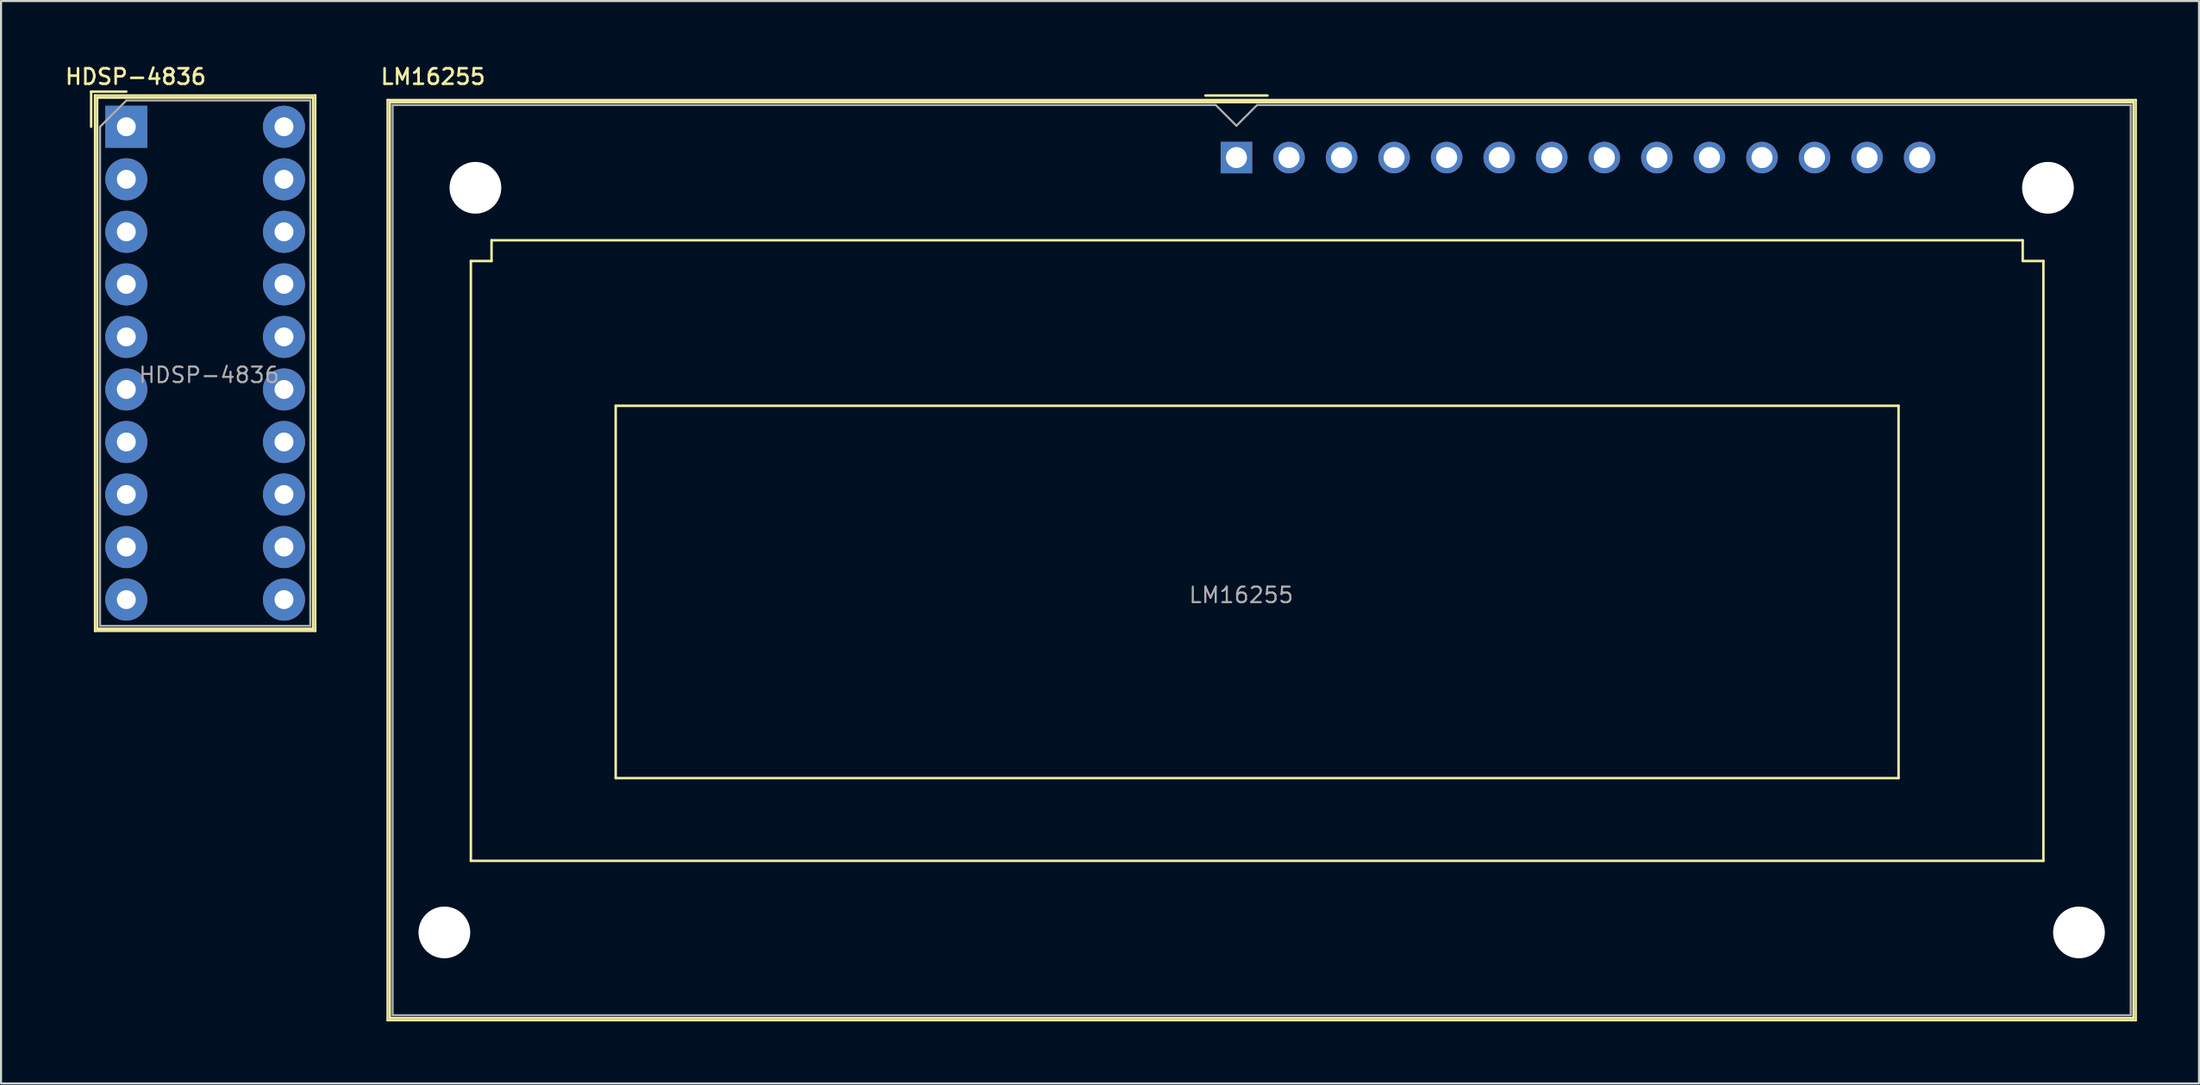
<source format=kicad_pcb>
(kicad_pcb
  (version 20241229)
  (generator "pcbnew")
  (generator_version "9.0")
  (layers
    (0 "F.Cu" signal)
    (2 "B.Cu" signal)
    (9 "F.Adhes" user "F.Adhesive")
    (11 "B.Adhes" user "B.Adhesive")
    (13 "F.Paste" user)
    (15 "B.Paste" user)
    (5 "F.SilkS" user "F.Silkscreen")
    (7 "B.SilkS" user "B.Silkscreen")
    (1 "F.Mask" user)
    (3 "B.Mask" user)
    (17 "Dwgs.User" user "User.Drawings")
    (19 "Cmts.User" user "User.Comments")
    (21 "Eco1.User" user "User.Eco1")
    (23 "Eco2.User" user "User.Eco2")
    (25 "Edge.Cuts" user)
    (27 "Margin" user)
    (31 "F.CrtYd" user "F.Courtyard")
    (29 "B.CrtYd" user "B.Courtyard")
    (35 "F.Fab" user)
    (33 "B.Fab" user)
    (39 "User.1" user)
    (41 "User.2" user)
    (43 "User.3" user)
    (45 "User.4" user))
  (footprint "HDSP-4836"
    (layer "F.Cu")
    (at 3.055 3.078)
    (property "Reference" "HDSP-4836" (at 0.45 -2.42 0) (layer "F.SilkS") (effects (font (size 0.75 0.75) (thickness 0.125))))
    (attr through_hole)
    (fp_line (start -1.7 -1.7) (end -1.7 0) (stroke (width 0.12) (type solid)) (layer "F.SilkS"))
    (fp_line (start -1.52 -1.52) (end -1.52 24.38) (stroke (width 0.1) (type solid)) (layer "F.SilkS"))
    (fp_line (start -1.52 -1.52) (end 9.14 -1.52) (stroke (width 0.1) (type solid)) (layer "F.SilkS"))
    (fp_line (start -1.52 24.38) (end 9.14 24.38) (stroke (width 0.1) (type solid)) (layer "F.SilkS"))
    (fp_line (start -1.41 -1.41) (end 9.03 -1.41) (stroke (width 0.12) (type solid)) (layer "F.SilkS"))
    (fp_line (start -1.41 24.27) (end -1.41 -1.41) (stroke (width 0.12) (type solid)) (layer "F.SilkS"))
    (fp_line (start 0 -1.7) (end -1.7 -1.7) (stroke (width 0.12) (type solid)) (layer "F.SilkS"))
    (fp_line (start 9.03 -1.41) (end 9.03 24.27) (stroke (width 0.12) (type solid)) (layer "F.SilkS"))
    (fp_line (start 9.03 24.27) (end -1.41 24.27) (stroke (width 0.12) (type solid)) (layer "F.SilkS"))
    (fp_line (start 9.14 24.38) (end 9.14 -1.52) (stroke (width 0.1) (type solid)) (layer "F.SilkS"))
    (fp_line (start -1.27 0) (end -1.27 24.13) (stroke (width 0.1) (type solid)) (layer "F.Fab"))
    (fp_line (start -1.27 24.13) (end 8.89 24.13) (stroke (width 0.1) (type solid)) (layer "F.Fab"))
    (fp_line (start 0 -1.27) (end -1.27 0) (stroke (width 0.1) (type solid)) (layer "F.Fab"))
    (fp_line (start 0 -1.27) (end 8.89 -1.27) (stroke (width 0.1) (type solid)) (layer "F.Fab"))
    (fp_line (start 8.89 -1.27) (end 8.89 24.13) (stroke (width 0.1) (type solid)) (layer "F.Fab"))
    (fp_text user "${REFERENCE}" (at 4 12 0) (layer "F.Fab") (effects (font (size 0.75 0.75) (thickness 0.1))))
    (pad "1" thru_hole rect (at 0 0 270) (size 2.032 2.032) (drill 0.914) (layers "*.Cu" "*.Mask"))
    (pad "2" thru_hole circle (at 0 2.54 270) (size 2.032 2.032) (drill 0.914) (layers "*.Cu" "*.Mask"))
    (pad "3" thru_hole circle (at 0 5.08 270) (size 2.032 2.032) (drill 0.914) (layers "*.Cu" "*.Mask"))
    (pad "4" thru_hole circle (at 0 7.62 270) (size 2.032 2.032) (drill 0.914) (layers "*.Cu" "*.Mask"))
    (pad "5" thru_hole circle (at 0 10.16 270) (size 2.032 2.032) (drill 0.914) (layers "*.Cu" "*.Mask"))
    (pad "6" thru_hole circle (at 0 12.7 270) (size 2.032 2.032) (drill 0.914) (layers "*.Cu" "*.Mask"))
    (pad "7" thru_hole circle (at 0 15.24 270) (size 2.032 2.032) (drill 0.914) (layers "*.Cu" "*.Mask"))
    (pad "8" thru_hole circle (at 0 17.78 270) (size 2.032 2.032) (drill 0.914) (layers "*.Cu" "*.Mask"))
    (pad "9" thru_hole circle (at 0 20.32 270) (size 2.032 2.032) (drill 0.914) (layers "*.Cu" "*.Mask"))
    (pad "10" thru_hole circle (at 0 22.86 270) (size 2.032 2.032) (drill 0.914) (layers "*.Cu" "*.Mask"))
    (pad "11" thru_hole circle (at 7.62 22.86 270) (size 2.032 2.032) (drill 0.914) (layers "*.Cu" "*.Mask"))
    (pad "12" thru_hole circle (at 7.62 20.32 270) (size 2.032 2.032) (drill 0.914) (layers "*.Cu" "*.Mask"))
    (pad "13" thru_hole circle (at 7.62 17.78 270) (size 2.032 2.032) (drill 0.914) (layers "*.Cu" "*.Mask"))
    (pad "14" thru_hole circle (at 7.62 15.24 270) (size 2.032 2.032) (drill 0.914) (layers "*.Cu" "*.Mask"))
    (pad "15" thru_hole circle (at 7.62 12.7 270) (size 2.032 2.032) (drill 0.914) (layers "*.Cu" "*.Mask"))
    (pad "16" thru_hole circle (at 7.62 10.16 270) (size 2.032 2.032) (drill 0.914) (layers "*.Cu" "*.Mask"))
    (pad "17" thru_hole circle (at 7.62 7.62 270) (size 2.032 2.032) (drill 0.914) (layers "*.Cu" "*.Mask"))
    (pad "18" thru_hole circle (at 7.62 5.08 270) (size 2.032 2.032) (drill 0.914) (layers "*.Cu" "*.Mask"))
    (pad "19" thru_hole circle (at 7.62 2.54 270) (size 2.032 2.032) (drill 0.914) (layers "*.Cu" "*.Mask"))
    (pad "20" thru_hole circle (at 7.62 0 270) (size 2.032 2.032) (drill 0.914) (layers "*.Cu" "*.Mask")))
  (footprint "LM16255"
    (layer "F.Cu")
    (at 56.706 4.568)
    (property "Reference" "LM16255" (at -38.83 -3.91 0) (layer "F.SilkS") (effects (font (size 0.75 0.75) (thickness 0.125))))
    (attr through_hole)
    (fp_line (start -41.03 -2.79) (end 43.47 -2.79) (stroke (width 0.1) (type solid)) (layer "F.SilkS"))
    (fp_line (start -41.03 41.71) (end -41.03 -2.79) (stroke (width 0.1) (type solid)) (layer "F.SilkS"))
    (fp_line (start -40.92 -2.68) (end 43.36 -2.68) (stroke (width 0.12) (type solid)) (layer "F.SilkS"))
    (fp_line (start -40.92 41.6) (end -40.92 -2.68) (stroke (width 0.12) (type solid)) (layer "F.SilkS"))
    (fp_line (start -37 5) (end -36 5) (stroke (width 0.12) (type solid)) (layer "F.SilkS"))
    (fp_line (start -37 34) (end -37 5) (stroke (width 0.12) (type solid)) (layer "F.SilkS"))
    (fp_line (start -36 4) (end 38 4) (stroke (width 0.12) (type solid)) (layer "F.SilkS"))
    (fp_line (start -36 5) (end -36 4) (stroke (width 0.12) (type solid)) (layer "F.SilkS"))
    (fp_line (start -30 12) (end 32 12) (stroke (width 0.12) (type solid)) (layer "F.SilkS"))
    (fp_line (start -30 30) (end -30 12) (stroke (width 0.12) (type solid)) (layer "F.SilkS"))
    (fp_line (start -1.5 -3) (end 1.5 -3) (stroke (width 0.12) (type solid)) (layer "F.SilkS"))
    (fp_line (start 32 12) (end 32 30) (stroke (width 0.12) (type solid)) (layer "F.SilkS"))
    (fp_line (start 32 30) (end -30 30) (stroke (width 0.12) (type solid)) (layer "F.SilkS"))
    (fp_line (start 38 4) (end 38 5) (stroke (width 0.12) (type solid)) (layer "F.SilkS"))
    (fp_line (start 38 5) (end 39 5) (stroke (width 0.12) (type solid)) (layer "F.SilkS"))
    (fp_line (start 39 5) (end 39 34) (stroke (width 0.12) (type solid)) (layer "F.SilkS"))
    (fp_line (start 39 34) (end -37 34) (stroke (width 0.12) (type solid)) (layer "F.SilkS"))
    (fp_line (start 43.36 -2.68) (end 43.36 41.6) (stroke (width 0.12) (type solid)) (layer "F.SilkS"))
    (fp_line (start 43.36 41.6) (end -40.92 41.6) (stroke (width 0.12) (type solid)) (layer "F.SilkS"))
    (fp_line (start 43.47 -2.79) (end 43.47 41.71) (stroke (width 0.1) (type solid)) (layer "F.SilkS"))
    (fp_line (start 43.47 41.71) (end -41.03 41.71) (stroke (width 0.1) (type solid)) (layer "F.SilkS"))
    (fp_line (start -40.78 -2.54) (end -40.78 41.46) (stroke (width 0.1) (type solid)) (layer "F.Fab"))
    (fp_line (start -40.78 41.46) (end 43.22 41.46) (stroke (width 0.1) (type solid)) (layer "F.Fab"))
    (fp_line (start -1 -2.54) (end -40.78 -2.54) (stroke (width 0.1) (type solid)) (layer "F.Fab"))
    (fp_line (start 0 -1.54) (end -1 -2.54) (stroke (width 0.1) (type solid)) (layer "F.Fab"))
    (fp_line (start 1 -2.54) (end 0 -1.54) (stroke (width 0.1) (type solid)) (layer "F.Fab"))
    (fp_line (start 1 -2.54) (end 43.22 -2.54) (stroke (width 0.1) (type solid)) (layer "F.Fab"))
    (fp_line (start 43.22 -2.54) (end 43.22 41.46) (stroke (width 0.1) (type solid)) (layer "F.Fab"))
    (fp_text user "${REFERENCE}" (at 0.23 21.15 0) (layer "F.Fab") (effects (font (size 0.75 0.75) (thickness 0.1))))
    (pad "" np_thru_hole circle (at -38.28 37.46 180) (size 2.5 2.5) (drill 2.5) (layers "*.Cu" "*.Mask"))
    (pad "" np_thru_hole circle (at -36.78 1.46 180) (size 2.5 2.5) (drill 2.5) (layers "*.Cu" "*.Mask"))
    (pad "" np_thru_hole circle (at 39.22 1.46 180) (size 2.5 2.5) (drill 2.5) (layers "*.Cu" "*.Mask"))
    (pad "" np_thru_hole circle (at 40.72 37.46 180) (size 2.5 2.5) (drill 2.5) (layers "*.Cu" "*.Mask"))
    (pad "1" thru_hole rect (at 0 0 180) (size 1.524 1.524) (drill 1.016) (layers "*.Cu" "*.Mask"))
    (pad "2" thru_hole circle (at 2.54 0 180) (size 1.524 1.524) (drill 1.016) (layers "*.Cu" "*.Mask"))
    (pad "3" thru_hole circle (at 5.08 0 180) (size 1.524 1.524) (drill 1.016) (layers "*.Cu" "*.Mask"))
    (pad "4" thru_hole circle (at 7.62 0 180) (size 1.524 1.524) (drill 1.016) (layers "*.Cu" "*.Mask"))
    (pad "5" thru_hole circle (at 10.16 0 180) (size 1.524 1.524) (drill 1.016) (layers "*.Cu" "*.Mask"))
    (pad "6" thru_hole circle (at 12.7 0 180) (size 1.524 1.524) (drill 1.016) (layers "*.Cu" "*.Mask"))
    (pad "7" thru_hole circle (at 15.24 0 180) (size 1.524 1.524) (drill 1.016) (layers "*.Cu" "*.Mask"))
    (pad "8" thru_hole circle (at 17.78 0 180) (size 1.524 1.524) (drill 1.016) (layers "*.Cu" "*.Mask"))
    (pad "9" thru_hole circle (at 20.32 0 180) (size 1.524 1.524) (drill 1.016) (layers "*.Cu" "*.Mask"))
    (pad "10" thru_hole circle (at 22.86 0 180) (size 1.524 1.524) (drill 1.016) (layers "*.Cu" "*.Mask"))
    (pad "11" thru_hole circle (at 25.4 0 180) (size 1.524 1.524) (drill 1.016) (layers "*.Cu" "*.Mask"))
    (pad "12" thru_hole circle (at 27.94 0 180) (size 1.524 1.524) (drill 1.016) (layers "*.Cu" "*.Mask"))
    (pad "13" thru_hole circle (at 30.48 0 180) (size 1.524 1.524) (drill 1.016) (layers "*.Cu" "*.Mask"))
    (pad "14" thru_hole circle (at 33.02 0 180) (size 1.524 1.524) (drill 1.016) (layers "*.Cu" "*.Mask")))
  (gr_rect
    (start -3 -3)
    (end 103.226 49.328)
    (stroke (width 0.1) (type default))
    (fill no)
    (layer "Edge.Cuts")))
</source>
